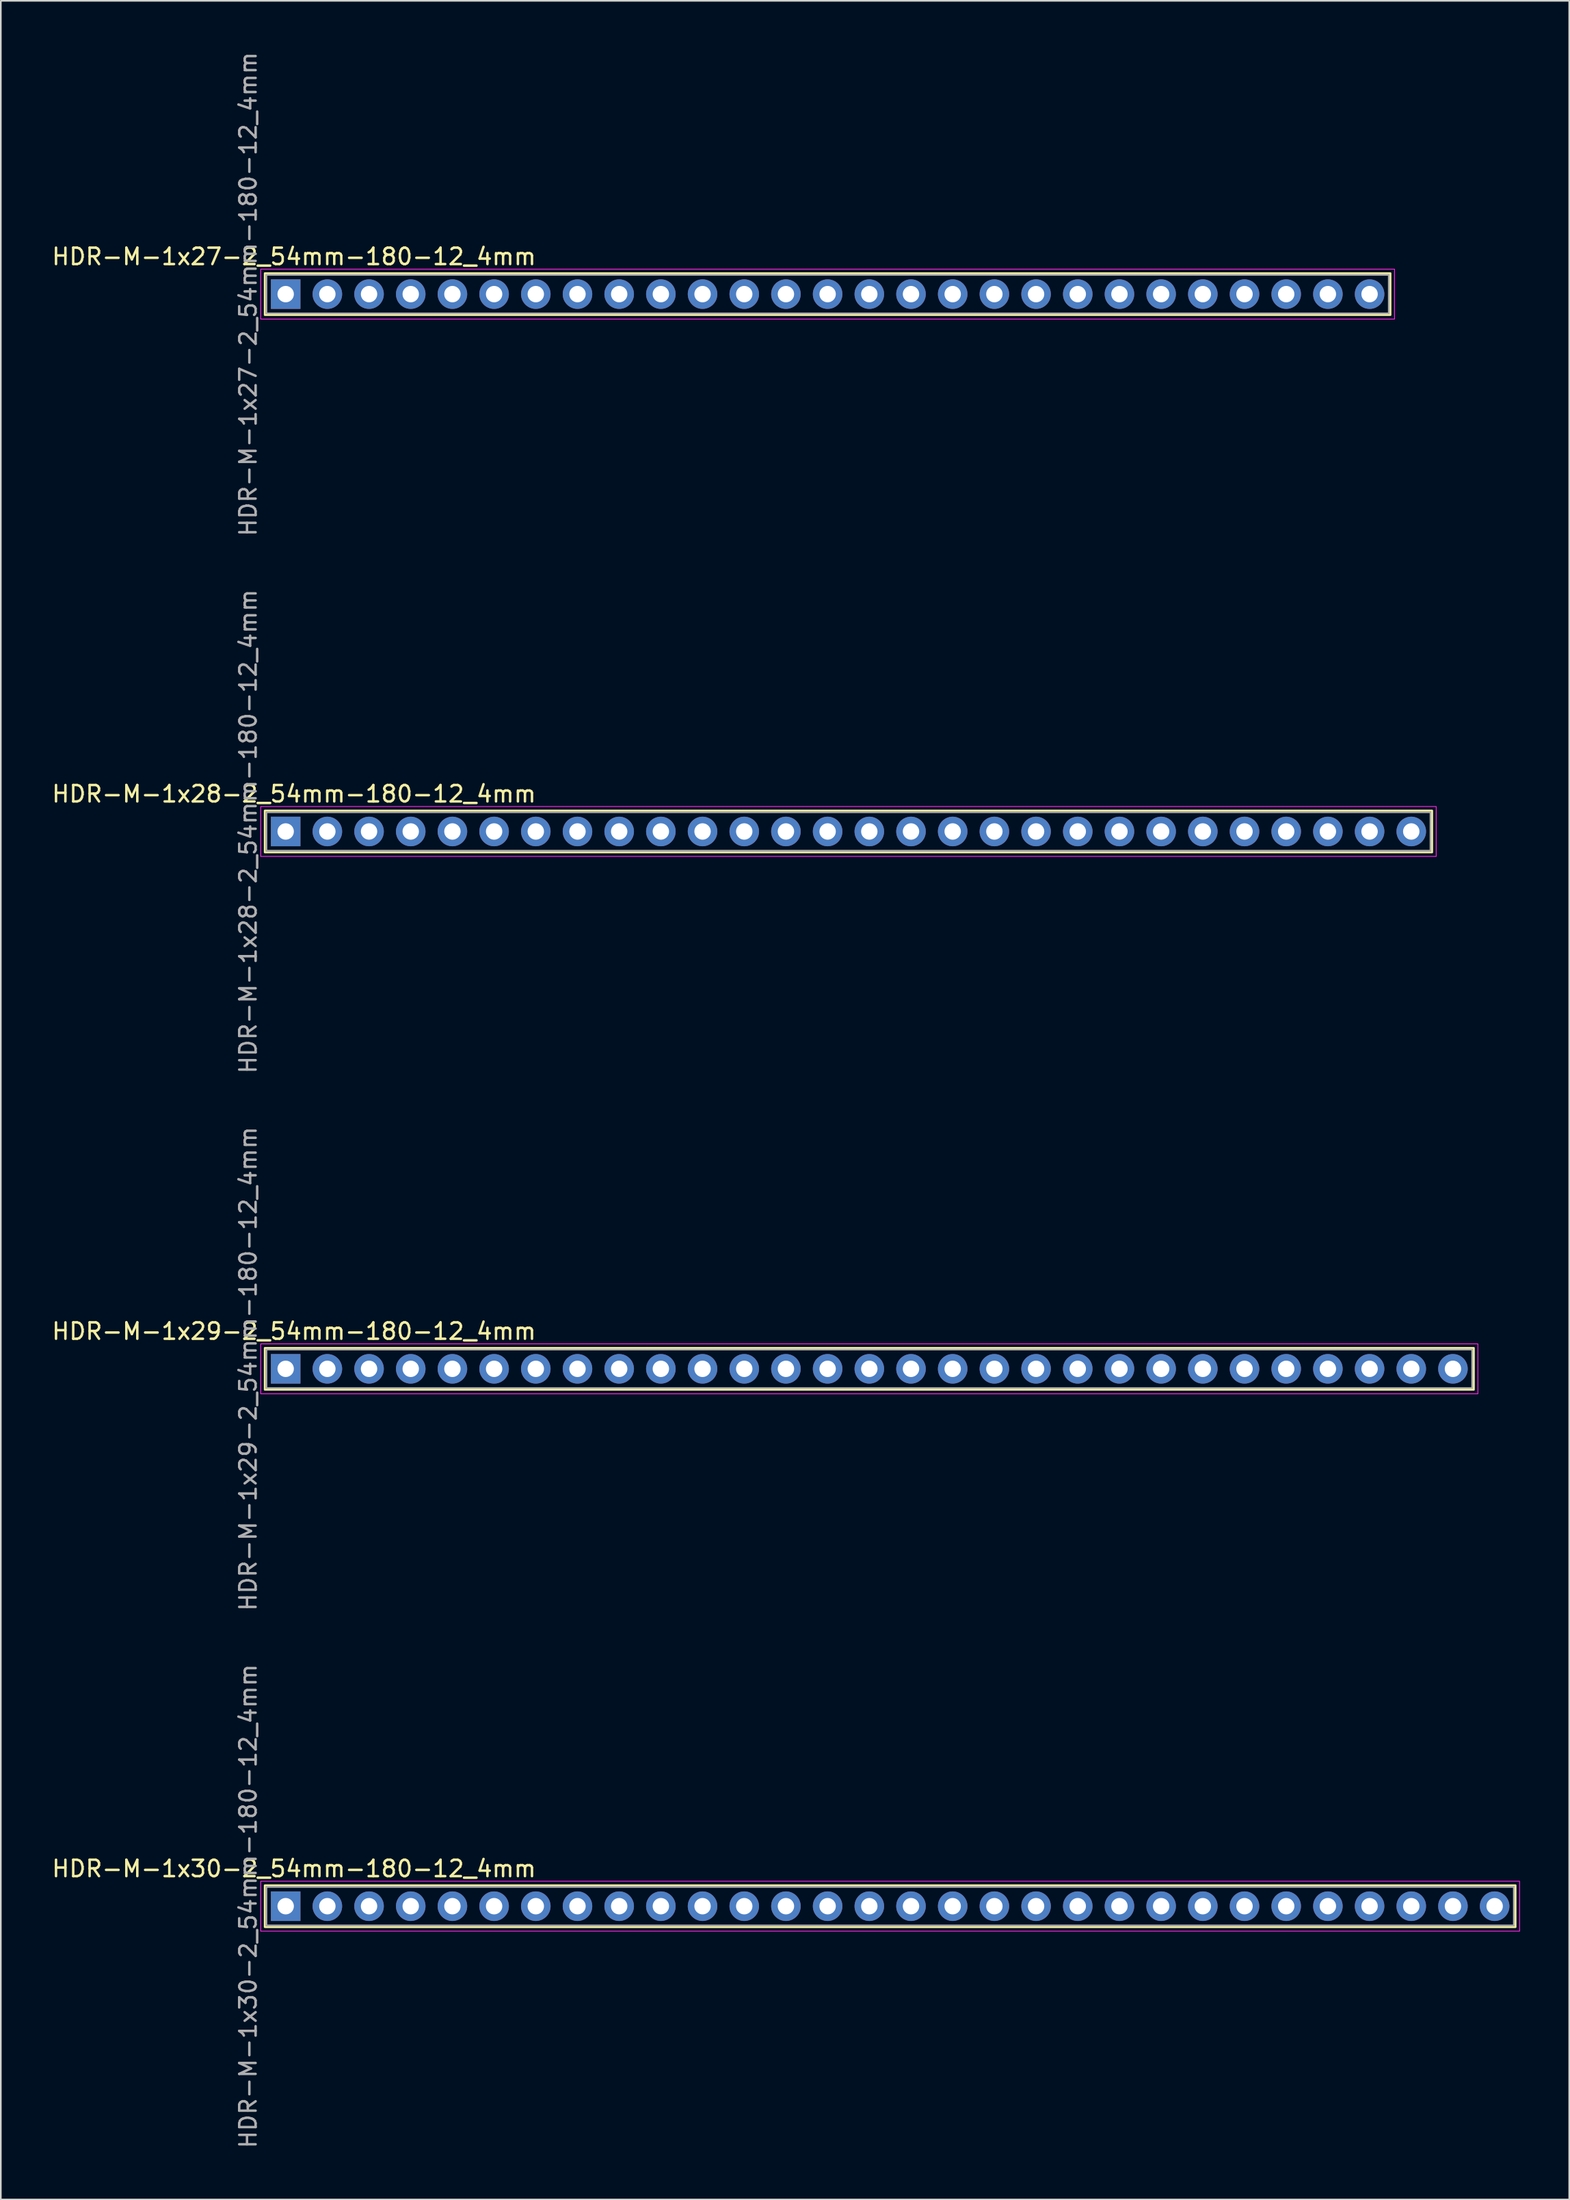
<source format=kicad_pcb>
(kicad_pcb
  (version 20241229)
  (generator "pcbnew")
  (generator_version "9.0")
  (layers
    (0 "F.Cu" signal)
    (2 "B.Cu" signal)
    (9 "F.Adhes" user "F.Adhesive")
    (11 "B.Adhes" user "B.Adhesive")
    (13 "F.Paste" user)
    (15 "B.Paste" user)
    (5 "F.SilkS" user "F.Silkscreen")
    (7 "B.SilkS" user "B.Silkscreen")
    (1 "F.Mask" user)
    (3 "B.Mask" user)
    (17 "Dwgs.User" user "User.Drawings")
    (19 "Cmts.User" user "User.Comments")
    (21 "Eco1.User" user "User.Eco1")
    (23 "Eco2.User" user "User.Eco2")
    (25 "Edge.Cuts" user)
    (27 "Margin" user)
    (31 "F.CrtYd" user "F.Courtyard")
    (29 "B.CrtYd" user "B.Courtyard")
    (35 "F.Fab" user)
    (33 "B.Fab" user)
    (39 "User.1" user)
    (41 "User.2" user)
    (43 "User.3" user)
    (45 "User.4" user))
  (footprint "HDR-M-1x28-2_54mm-180-12_4mm"
    (layer "F.Cu")
    (at 14.355 47.589)
    (property "Reference" "HDR-M-1x28-2_54mm-180-12_4mm" (at 0.508 -2.286 0) (unlocked yes) (layer "F.SilkS") (effects (font (size 1 1) (thickness 0.15))))
    (attr through_hole)
    (fp_rect (start -1.27 -1.27) (end 69.85 1.27) (stroke (width 0.12) (type solid)) (fill no) (layer "F.SilkS"))
    (fp_rect (start -1.52 -1.52) (end 70.1 1.52) (stroke (width 0.05) (type solid)) (fill no) (layer "F.CrtYd"))
    (fp_rect (start -1.17 -1.17) (end 69.75 1.17) (stroke (width 0.1) (type solid)) (fill no) (layer "F.Fab"))
    (fp_text user "${REFERENCE}" (at -2.286 0 90) (unlocked yes) (layer "F.Fab") (effects (font (size 1 1) (thickness 0.15))))
    (pad "1" thru_hole rect (at 0 0) (size 1.8 1.8) (drill 1) (layers "*.Cu" "*.Mask"))
    (pad "2" thru_hole circle (at 2.54 0) (size 1.8 1.8) (drill 1) (layers "*.Cu" "*.Mask"))
    (pad "3" thru_hole circle (at 5.08 0) (size 1.8 1.8) (drill 1) (layers "*.Cu" "*.Mask"))
    (pad "4" thru_hole circle (at 7.62 0) (size 1.8 1.8) (drill 1) (layers "*.Cu" "*.Mask"))
    (pad "5" thru_hole circle (at 10.16 0) (size 1.8 1.8) (drill 1) (layers "*.Cu" "*.Mask"))
    (pad "6" thru_hole circle (at 12.7 0) (size 1.8 1.8) (drill 1) (layers "*.Cu" "*.Mask"))
    (pad "7" thru_hole circle (at 15.24 0) (size 1.8 1.8) (drill 1) (layers "*.Cu" "*.Mask"))
    (pad "8" thru_hole circle (at 17.78 0) (size 1.8 1.8) (drill 1) (layers "*.Cu" "*.Mask"))
    (pad "9" thru_hole circle (at 20.32 0) (size 1.8 1.8) (drill 1) (layers "*.Cu" "*.Mask"))
    (pad "10" thru_hole circle (at 22.86 0) (size 1.8 1.8) (drill 1) (layers "*.Cu" "*.Mask"))
    (pad "11" thru_hole circle (at 25.4 0) (size 1.8 1.8) (drill 1) (layers "*.Cu" "*.Mask"))
    (pad "12" thru_hole circle (at 27.94 0) (size 1.8 1.8) (drill 1) (layers "*.Cu" "*.Mask"))
    (pad "13" thru_hole circle (at 30.48 0) (size 1.8 1.8) (drill 1) (layers "*.Cu" "*.Mask"))
    (pad "14" thru_hole circle (at 33.02 0) (size 1.8 1.8) (drill 1) (layers "*.Cu" "*.Mask"))
    (pad "15" thru_hole circle (at 35.56 0) (size 1.8 1.8) (drill 1) (layers "*.Cu" "*.Mask"))
    (pad "16" thru_hole circle (at 38.1 0) (size 1.8 1.8) (drill 1) (layers "*.Cu" "*.Mask"))
    (pad "17" thru_hole circle (at 40.64 0) (size 1.8 1.8) (drill 1) (layers "*.Cu" "*.Mask"))
    (pad "18" thru_hole circle (at 43.18 0) (size 1.8 1.8) (drill 1) (layers "*.Cu" "*.Mask"))
    (pad "19" thru_hole circle (at 45.72 0) (size 1.8 1.8) (drill 1) (layers "*.Cu" "*.Mask"))
    (pad "20" thru_hole circle (at 48.26 0) (size 1.8 1.8) (drill 1) (layers "*.Cu" "*.Mask"))
    (pad "21" thru_hole circle (at 50.8 0) (size 1.8 1.8) (drill 1) (layers "*.Cu" "*.Mask"))
    (pad "22" thru_hole circle (at 53.34 0) (size 1.8 1.8) (drill 1) (layers "*.Cu" "*.Mask"))
    (pad "23" thru_hole circle (at 55.88 0) (size 1.8 1.8) (drill 1) (layers "*.Cu" "*.Mask"))
    (pad "24" thru_hole circle (at 58.42 0) (size 1.8 1.8) (drill 1) (layers "*.Cu" "*.Mask"))
    (pad "25" thru_hole circle (at 60.96 0) (size 1.8 1.8) (drill 1) (layers "*.Cu" "*.Mask"))
    (pad "26" thru_hole circle (at 63.5 0) (size 1.8 1.8) (drill 1) (layers "*.Cu" "*.Mask"))
    (pad "27" thru_hole circle (at 66.04 0) (size 1.8 1.8) (drill 1) (layers "*.Cu" "*.Mask"))
    (pad "28" thru_hole circle (at 68.58 0) (size 1.8 1.8) (drill 1) (layers "*.Cu" "*.Mask")))
  (footprint "HDR-M-1x27-2_54mm-180-12_4mm"
    (layer "F.Cu")
    (at 14.355 14.863)
    (property "Reference" "HDR-M-1x27-2_54mm-180-12_4mm" (at 0.508 -2.286 0) (unlocked yes) (layer "F.SilkS") (effects (font (size 1 1) (thickness 0.15))))
    (attr through_hole)
    (fp_rect (start -1.27 -1.27) (end 67.31 1.27) (stroke (width 0.12) (type solid)) (fill no) (layer "F.SilkS"))
    (fp_rect (start -1.52 -1.52) (end 67.56 1.52) (stroke (width 0.05) (type solid)) (fill no) (layer "F.CrtYd"))
    (fp_rect (start -1.17 -1.17) (end 67.21 1.17) (stroke (width 0.1) (type solid)) (fill no) (layer "F.Fab"))
    (fp_text user "${REFERENCE}" (at -2.286 0 90) (unlocked yes) (layer "F.Fab") (effects (font (size 1 1) (thickness 0.15))))
    (pad "1" thru_hole rect (at 0 0) (size 1.8 1.8) (drill 1) (layers "*.Cu" "*.Mask"))
    (pad "2" thru_hole circle (at 2.54 0) (size 1.8 1.8) (drill 1) (layers "*.Cu" "*.Mask"))
    (pad "3" thru_hole circle (at 5.08 0) (size 1.8 1.8) (drill 1) (layers "*.Cu" "*.Mask"))
    (pad "4" thru_hole circle (at 7.62 0) (size 1.8 1.8) (drill 1) (layers "*.Cu" "*.Mask"))
    (pad "5" thru_hole circle (at 10.16 0) (size 1.8 1.8) (drill 1) (layers "*.Cu" "*.Mask"))
    (pad "6" thru_hole circle (at 12.7 0) (size 1.8 1.8) (drill 1) (layers "*.Cu" "*.Mask"))
    (pad "7" thru_hole circle (at 15.24 0) (size 1.8 1.8) (drill 1) (layers "*.Cu" "*.Mask"))
    (pad "8" thru_hole circle (at 17.78 0) (size 1.8 1.8) (drill 1) (layers "*.Cu" "*.Mask"))
    (pad "9" thru_hole circle (at 20.32 0) (size 1.8 1.8) (drill 1) (layers "*.Cu" "*.Mask"))
    (pad "10" thru_hole circle (at 22.86 0) (size 1.8 1.8) (drill 1) (layers "*.Cu" "*.Mask"))
    (pad "11" thru_hole circle (at 25.4 0) (size 1.8 1.8) (drill 1) (layers "*.Cu" "*.Mask"))
    (pad "12" thru_hole circle (at 27.94 0) (size 1.8 1.8) (drill 1) (layers "*.Cu" "*.Mask"))
    (pad "13" thru_hole circle (at 30.48 0) (size 1.8 1.8) (drill 1) (layers "*.Cu" "*.Mask"))
    (pad "14" thru_hole circle (at 33.02 0) (size 1.8 1.8) (drill 1) (layers "*.Cu" "*.Mask"))
    (pad "15" thru_hole circle (at 35.56 0) (size 1.8 1.8) (drill 1) (layers "*.Cu" "*.Mask"))
    (pad "16" thru_hole circle (at 38.1 0) (size 1.8 1.8) (drill 1) (layers "*.Cu" "*.Mask"))
    (pad "17" thru_hole circle (at 40.64 0) (size 1.8 1.8) (drill 1) (layers "*.Cu" "*.Mask"))
    (pad "18" thru_hole circle (at 43.18 0) (size 1.8 1.8) (drill 1) (layers "*.Cu" "*.Mask"))
    (pad "19" thru_hole circle (at 45.72 0) (size 1.8 1.8) (drill 1) (layers "*.Cu" "*.Mask"))
    (pad "20" thru_hole circle (at 48.26 0) (size 1.8 1.8) (drill 1) (layers "*.Cu" "*.Mask"))
    (pad "21" thru_hole circle (at 50.8 0) (size 1.8 1.8) (drill 1) (layers "*.Cu" "*.Mask"))
    (pad "22" thru_hole circle (at 53.34 0) (size 1.8 1.8) (drill 1) (layers "*.Cu" "*.Mask"))
    (pad "23" thru_hole circle (at 55.88 0) (size 1.8 1.8) (drill 1) (layers "*.Cu" "*.Mask"))
    (pad "24" thru_hole circle (at 58.42 0) (size 1.8 1.8) (drill 1) (layers "*.Cu" "*.Mask"))
    (pad "25" thru_hole circle (at 60.96 0) (size 1.8 1.8) (drill 1) (layers "*.Cu" "*.Mask"))
    (pad "26" thru_hole circle (at 63.5 0) (size 1.8 1.8) (drill 1) (layers "*.Cu" "*.Mask"))
    (pad "27" thru_hole circle (at 66.04 0) (size 1.8 1.8) (drill 1) (layers "*.Cu" "*.Mask")))
  (footprint "HDR-M-1x29-2_54mm-180-12_4mm"
    (layer "F.Cu")
    (at 14.355 80.315)
    (property "Reference" "HDR-M-1x29-2_54mm-180-12_4mm" (at 0.508 -2.286 0) (unlocked yes) (layer "F.SilkS") (effects (font (size 1 1) (thickness 0.15))))
    (attr through_hole)
    (fp_rect (start -1.27 -1.27) (end 72.39 1.27) (stroke (width 0.12) (type solid)) (fill no) (layer "F.SilkS"))
    (fp_rect (start -1.52 -1.52) (end 72.64 1.52) (stroke (width 0.05) (type solid)) (fill no) (layer "F.CrtYd"))
    (fp_rect (start -1.17 -1.17) (end 72.29 1.17) (stroke (width 0.1) (type solid)) (fill no) (layer "F.Fab"))
    (fp_text user "${REFERENCE}" (at -2.286 0 90) (unlocked yes) (layer "F.Fab") (effects (font (size 1 1) (thickness 0.15))))
    (pad "1" thru_hole rect (at 0 0) (size 1.8 1.8) (drill 1) (layers "*.Cu" "*.Mask"))
    (pad "2" thru_hole circle (at 2.54 0) (size 1.8 1.8) (drill 1) (layers "*.Cu" "*.Mask"))
    (pad "3" thru_hole circle (at 5.08 0) (size 1.8 1.8) (drill 1) (layers "*.Cu" "*.Mask"))
    (pad "4" thru_hole circle (at 7.62 0) (size 1.8 1.8) (drill 1) (layers "*.Cu" "*.Mask"))
    (pad "5" thru_hole circle (at 10.16 0) (size 1.8 1.8) (drill 1) (layers "*.Cu" "*.Mask"))
    (pad "6" thru_hole circle (at 12.7 0) (size 1.8 1.8) (drill 1) (layers "*.Cu" "*.Mask"))
    (pad "7" thru_hole circle (at 15.24 0) (size 1.8 1.8) (drill 1) (layers "*.Cu" "*.Mask"))
    (pad "8" thru_hole circle (at 17.78 0) (size 1.8 1.8) (drill 1) (layers "*.Cu" "*.Mask"))
    (pad "9" thru_hole circle (at 20.32 0) (size 1.8 1.8) (drill 1) (layers "*.Cu" "*.Mask"))
    (pad "10" thru_hole circle (at 22.86 0) (size 1.8 1.8) (drill 1) (layers "*.Cu" "*.Mask"))
    (pad "11" thru_hole circle (at 25.4 0) (size 1.8 1.8) (drill 1) (layers "*.Cu" "*.Mask"))
    (pad "12" thru_hole circle (at 27.94 0) (size 1.8 1.8) (drill 1) (layers "*.Cu" "*.Mask"))
    (pad "13" thru_hole circle (at 30.48 0) (size 1.8 1.8) (drill 1) (layers "*.Cu" "*.Mask"))
    (pad "14" thru_hole circle (at 33.02 0) (size 1.8 1.8) (drill 1) (layers "*.Cu" "*.Mask"))
    (pad "15" thru_hole circle (at 35.56 0) (size 1.8 1.8) (drill 1) (layers "*.Cu" "*.Mask"))
    (pad "16" thru_hole circle (at 38.1 0) (size 1.8 1.8) (drill 1) (layers "*.Cu" "*.Mask"))
    (pad "17" thru_hole circle (at 40.64 0) (size 1.8 1.8) (drill 1) (layers "*.Cu" "*.Mask"))
    (pad "18" thru_hole circle (at 43.18 0) (size 1.8 1.8) (drill 1) (layers "*.Cu" "*.Mask"))
    (pad "19" thru_hole circle (at 45.72 0) (size 1.8 1.8) (drill 1) (layers "*.Cu" "*.Mask"))
    (pad "20" thru_hole circle (at 48.26 0) (size 1.8 1.8) (drill 1) (layers "*.Cu" "*.Mask"))
    (pad "21" thru_hole circle (at 50.8 0) (size 1.8 1.8) (drill 1) (layers "*.Cu" "*.Mask"))
    (pad "22" thru_hole circle (at 53.34 0) (size 1.8 1.8) (drill 1) (layers "*.Cu" "*.Mask"))
    (pad "23" thru_hole circle (at 55.88 0) (size 1.8 1.8) (drill 1) (layers "*.Cu" "*.Mask"))
    (pad "24" thru_hole circle (at 58.42 0) (size 1.8 1.8) (drill 1) (layers "*.Cu" "*.Mask"))
    (pad "25" thru_hole circle (at 60.96 0) (size 1.8 1.8) (drill 1) (layers "*.Cu" "*.Mask"))
    (pad "26" thru_hole circle (at 63.5 0) (size 1.8 1.8) (drill 1) (layers "*.Cu" "*.Mask"))
    (pad "27" thru_hole circle (at 66.04 0) (size 1.8 1.8) (drill 1) (layers "*.Cu" "*.Mask"))
    (pad "28" thru_hole circle (at 68.58 0) (size 1.8 1.8) (drill 1) (layers "*.Cu" "*.Mask"))
    (pad "29" thru_hole circle (at 71.12 0) (size 1.8 1.8) (drill 1) (layers "*.Cu" "*.Mask")))
  (footprint "HDR-M-1x30-2_54mm-180-12_4mm"
    (layer "F.Cu")
    (at 14.355 113.042)
    (property "Reference" "HDR-M-1x30-2_54mm-180-12_4mm" (at 0.508 -2.286 0) (unlocked yes) (layer "F.SilkS") (effects (font (size 1 1) (thickness 0.15))))
    (attr through_hole)
    (fp_rect (start -1.27 -1.27) (end 74.93 1.27) (stroke (width 0.12) (type solid)) (fill no) (layer "F.SilkS"))
    (fp_rect (start -1.52 -1.52) (end 75.18 1.52) (stroke (width 0.05) (type solid)) (fill no) (layer "F.CrtYd"))
    (fp_rect (start -1.17 -1.17) (end 74.83 1.17) (stroke (width 0.1) (type solid)) (fill no) (layer "F.Fab"))
    (fp_text user "${REFERENCE}" (at -2.286 0 90) (unlocked yes) (layer "F.Fab") (effects (font (size 1 1) (thickness 0.15))))
    (pad "1" thru_hole rect (at 0 0) (size 1.8 1.8) (drill 1) (layers "*.Cu" "*.Mask"))
    (pad "2" thru_hole circle (at 2.54 0) (size 1.8 1.8) (drill 1) (layers "*.Cu" "*.Mask"))
    (pad "3" thru_hole circle (at 5.08 0) (size 1.8 1.8) (drill 1) (layers "*.Cu" "*.Mask"))
    (pad "4" thru_hole circle (at 7.62 0) (size 1.8 1.8) (drill 1) (layers "*.Cu" "*.Mask"))
    (pad "5" thru_hole circle (at 10.16 0) (size 1.8 1.8) (drill 1) (layers "*.Cu" "*.Mask"))
    (pad "6" thru_hole circle (at 12.7 0) (size 1.8 1.8) (drill 1) (layers "*.Cu" "*.Mask"))
    (pad "7" thru_hole circle (at 15.24 0) (size 1.8 1.8) (drill 1) (layers "*.Cu" "*.Mask"))
    (pad "8" thru_hole circle (at 17.78 0) (size 1.8 1.8) (drill 1) (layers "*.Cu" "*.Mask"))
    (pad "9" thru_hole circle (at 20.32 0) (size 1.8 1.8) (drill 1) (layers "*.Cu" "*.Mask"))
    (pad "10" thru_hole circle (at 22.86 0) (size 1.8 1.8) (drill 1) (layers "*.Cu" "*.Mask"))
    (pad "11" thru_hole circle (at 25.4 0) (size 1.8 1.8) (drill 1) (layers "*.Cu" "*.Mask"))
    (pad "12" thru_hole circle (at 27.94 0) (size 1.8 1.8) (drill 1) (layers "*.Cu" "*.Mask"))
    (pad "13" thru_hole circle (at 30.48 0) (size 1.8 1.8) (drill 1) (layers "*.Cu" "*.Mask"))
    (pad "14" thru_hole circle (at 33.02 0) (size 1.8 1.8) (drill 1) (layers "*.Cu" "*.Mask"))
    (pad "15" thru_hole circle (at 35.56 0) (size 1.8 1.8) (drill 1) (layers "*.Cu" "*.Mask"))
    (pad "16" thru_hole circle (at 38.1 0) (size 1.8 1.8) (drill 1) (layers "*.Cu" "*.Mask"))
    (pad "17" thru_hole circle (at 40.64 0) (size 1.8 1.8) (drill 1) (layers "*.Cu" "*.Mask"))
    (pad "18" thru_hole circle (at 43.18 0) (size 1.8 1.8) (drill 1) (layers "*.Cu" "*.Mask"))
    (pad "19" thru_hole circle (at 45.72 0) (size 1.8 1.8) (drill 1) (layers "*.Cu" "*.Mask"))
    (pad "20" thru_hole circle (at 48.26 0) (size 1.8 1.8) (drill 1) (layers "*.Cu" "*.Mask"))
    (pad "21" thru_hole circle (at 50.8 0) (size 1.8 1.8) (drill 1) (layers "*.Cu" "*.Mask"))
    (pad "22" thru_hole circle (at 53.34 0) (size 1.8 1.8) (drill 1) (layers "*.Cu" "*.Mask"))
    (pad "23" thru_hole circle (at 55.88 0) (size 1.8 1.8) (drill 1) (layers "*.Cu" "*.Mask"))
    (pad "24" thru_hole circle (at 58.42 0) (size 1.8 1.8) (drill 1) (layers "*.Cu" "*.Mask"))
    (pad "25" thru_hole circle (at 60.96 0) (size 1.8 1.8) (drill 1) (layers "*.Cu" "*.Mask"))
    (pad "26" thru_hole circle (at 63.5 0) (size 1.8 1.8) (drill 1) (layers "*.Cu" "*.Mask"))
    (pad "27" thru_hole circle (at 66.04 0) (size 1.8 1.8) (drill 1) (layers "*.Cu" "*.Mask"))
    (pad "28" thru_hole circle (at 68.58 0) (size 1.8 1.8) (drill 1) (layers "*.Cu" "*.Mask"))
    (pad "29" thru_hole circle (at 71.12 0) (size 1.8 1.8) (drill 1) (layers "*.Cu" "*.Mask"))
    (pad "30" thru_hole circle (at 73.66 0) (size 1.8 1.8) (drill 1) (layers "*.Cu" "*.Mask")))
  (gr_rect
    (start -3 -3)
    (end 92.56 130.905)
    (stroke (width 0.1) (type default))
    (fill no)
    (layer "Edge.Cuts")))
</source>
